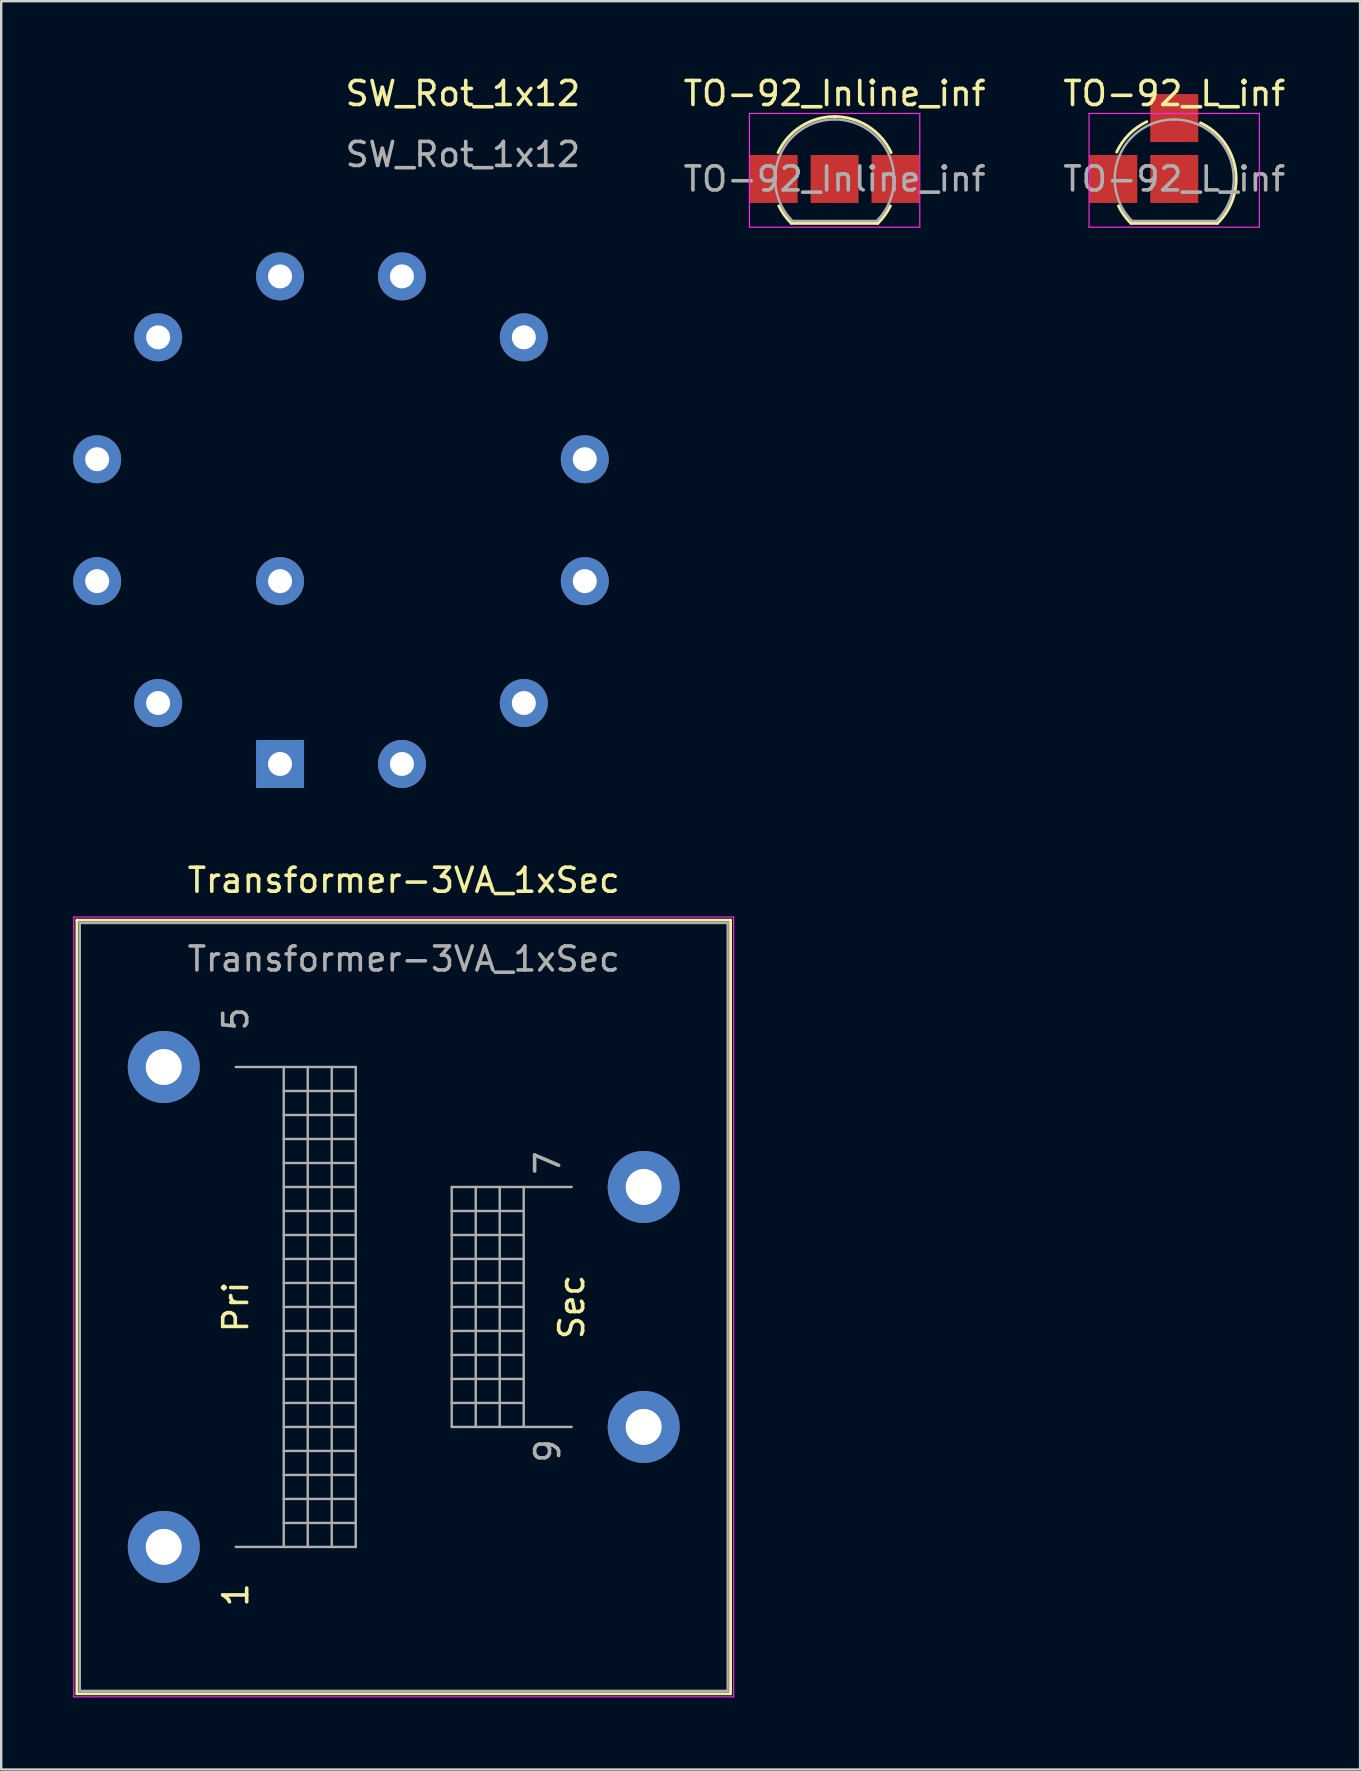
<source format=kicad_pcb>
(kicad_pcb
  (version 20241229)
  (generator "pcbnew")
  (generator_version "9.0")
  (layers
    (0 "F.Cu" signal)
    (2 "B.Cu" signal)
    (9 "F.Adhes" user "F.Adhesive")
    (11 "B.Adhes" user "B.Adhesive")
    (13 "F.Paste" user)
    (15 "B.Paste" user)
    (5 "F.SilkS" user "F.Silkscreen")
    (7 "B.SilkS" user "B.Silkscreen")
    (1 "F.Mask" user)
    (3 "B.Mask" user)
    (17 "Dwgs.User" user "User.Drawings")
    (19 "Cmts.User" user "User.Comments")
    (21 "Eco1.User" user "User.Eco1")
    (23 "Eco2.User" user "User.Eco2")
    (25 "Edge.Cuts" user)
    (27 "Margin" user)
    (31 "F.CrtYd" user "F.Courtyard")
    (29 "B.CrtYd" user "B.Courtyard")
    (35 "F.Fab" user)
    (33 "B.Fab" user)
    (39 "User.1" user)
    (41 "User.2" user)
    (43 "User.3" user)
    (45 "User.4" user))
  (footprint "SW_Rot_1x12"
    (layer "F.Cu")
    (at 11.16 18.628)
    (property "Reference" "SW_Rot_1x12" (at 5.08 -17.78 0) (unlocked yes) (layer "F.SilkS") (effects (font (size 1 1) (thickness 0.15))))
    (attr through_hole)
    (fp_text user "${REFERENCE}" (at 5.08 -15.24 0) (unlocked yes) (layer "F.Fab") (effects (font (size 1 1) (thickness 0.15))))
    (pad "1" thru_hole rect (at -2.54 10.16) (size 2 2) (drill 1) (layers "*.Cu" "*.Mask"))
    (pad "2" thru_hole circle (at -7.62 7.62) (size 2 2) (drill 1) (layers "*.Cu" "*.Mask"))
    (pad "3" thru_hole circle (at -10.16 2.54) (size 2 2) (drill 1) (layers "*.Cu" "*.Mask"))
    (pad "4" thru_hole circle (at -10.16 -2.54) (size 2 2) (drill 1) (layers "*.Cu" "*.Mask"))
    (pad "5" thru_hole circle (at -7.62 -7.62) (size 2 2) (drill 1) (layers "*.Cu" "*.Mask"))
    (pad "6" thru_hole circle (at -2.54 -10.16) (size 2 2) (drill 1) (layers "*.Cu" "*.Mask"))
    (pad "7" thru_hole circle (at 2.54 -10.16) (size 2 2) (drill 1) (layers "*.Cu" "*.Mask"))
    (pad "8" thru_hole circle (at 7.62 -7.62) (size 2 2) (drill 1) (layers "*.Cu" "*.Mask"))
    (pad "9" thru_hole circle (at 10.16 -2.54) (size 2 2) (drill 1) (layers "*.Cu" "*.Mask"))
    (pad "10" thru_hole circle (at 10.16 2.54) (size 2 2) (drill 1) (layers "*.Cu" "*.Mask"))
    (pad "11" thru_hole circle (at 7.62 7.62) (size 2 2) (drill 1) (layers "*.Cu" "*.Mask"))
    (pad "12" thru_hole circle (at 2.54 10.16) (size 2 2) (drill 1) (layers "*.Cu" "*.Mask"))
    (pad "13" thru_hole circle (at -2.54 2.54) (size 2 2) (drill 1) (layers "*.Cu" "*.Mask")))
  (footprint "TO-92_Inline_inf"
    (layer "F.Cu")
    (at 29.191 4.408)
    (property "Reference" "TO-92_Inline_inf" (at 2.54 -3.56 0) (layer "F.SilkS") (effects (font (size 1 1) (thickness 0.15))))
    (attr through_hole)
    (fp_line (start 0.74 1.85) (end 4.34 1.85) (stroke (width 0.12) (type solid)) (layer "F.SilkS"))
    (fp_arc (start 0.1836 -1.098807) (mid 1.143021 -2.192817) (end 2.54 -2.6) (stroke (width 0.12) (type solid)) (layer "F.SilkS"))
    (fp_arc (start 0.74 1.85) (mid 0.446097 1.509328) (end 0.215816 1.122795) (stroke (width 0.12) (type solid)) (layer "F.SilkS"))
    (fp_arc (start 2.54 -2.6) (mid 3.936979 -2.192818) (end 4.8964 -1.098807) (stroke (width 0.12) (type solid)) (layer "F.SilkS"))
    (fp_arc (start 4.864184 1.122795) (mid 4.633903 1.509328) (end 4.34 1.85) (stroke (width 0.12) (type solid)) (layer "F.SilkS"))
    (fp_line (start -1.01 -2.73) (end -1.01 2.01) (stroke (width 0.05) (type solid)) (layer "F.CrtYd"))
    (fp_line (start -1.01 -2.73) (end 6.09 -2.73) (stroke (width 0.05) (type solid)) (layer "F.CrtYd"))
    (fp_line (start 6.09 2.01) (end -1.01 2.01) (stroke (width 0.05) (type solid)) (layer "F.CrtYd"))
    (fp_line (start 6.09 2.01) (end 6.09 -2.73) (stroke (width 0.05) (type solid)) (layer "F.CrtYd"))
    (fp_line (start 0.8 1.75) (end 4.3 1.75) (stroke (width 0.1) (type solid)) (layer "F.Fab"))
    (fp_arc (start 0.786375 1.753625) (mid 0.248779 -0.949055) (end 2.54 -2.48) (stroke (width 0.1) (type solid)) (layer "F.Fab"))
    (fp_arc (start 2.54 -2.48) (mid 4.831221 -0.949055) (end 4.293625 1.753625) (stroke (width 0.1) (type solid)) (layer "F.Fab"))
    (fp_text user "${REFERENCE}" (at 2.54 0 0) (layer "F.Fab") (effects (font (size 1 1) (thickness 0.15))))
    (pad "1" smd rect (at 0 0) (size 2 2) (layers "F.Cu" "F.Mask" "F.Paste"))
    (pad "2" smd rect (at 2.54 0) (size 2 2) (layers "F.Cu" "F.Mask" "F.Paste"))
    (pad "3" smd rect (at 5.08 0) (size 2 2) (layers "F.Cu" "F.Mask" "F.Paste")))
  (footprint "TO-92_L_inf"
    (layer "F.Cu")
    (at 43.345 4.408)
    (property "Reference" "TO-92_L_inf" (at 2.54 -3.56 0) (layer "F.SilkS") (effects (font (size 1 1) (thickness 0.15))))
    (attr through_hole)
    (fp_line (start 0.74 1.85) (end 4.34 1.85) (stroke (width 0.12) (type solid)) (layer "F.SilkS"))
    (fp_arc (start 0.140922 -1.118707) (mid 0.65875 -1.862251) (end 1.397 -2.3876) (stroke (width 0.12) (type solid)) (layer "F.SilkS"))
    (fp_arc (start 0.74 1.85) (mid 0.446097 1.509328) (end 0.215816 1.122795) (stroke (width 0.12) (type solid)) (layer "F.SilkS"))
    (fp_arc (start 3.632936 -2.338374) (mid 5.08517 -0.429665) (end 4.34 1.85) (stroke (width 0.12) (type solid)) (layer "F.SilkS"))
    (fp_line (start -1.01 -2.73) (end -1.01 2.01) (stroke (width 0.05) (type solid)) (layer "F.CrtYd"))
    (fp_line (start -1.01 -2.73) (end 6.09 -2.73) (stroke (width 0.05) (type solid)) (layer "F.CrtYd"))
    (fp_line (start 6.09 2.01) (end -1.01 2.01) (stroke (width 0.05) (type solid)) (layer "F.CrtYd"))
    (fp_line (start 6.09 2.01) (end 6.09 -2.73) (stroke (width 0.05) (type solid)) (layer "F.CrtYd"))
    (fp_line (start 0.8 1.75) (end 4.3 1.75) (stroke (width 0.1) (type solid)) (layer "F.Fab"))
    (fp_arc (start 0.786375 1.753625) (mid 0.248779 -0.949055) (end 2.54 -2.48) (stroke (width 0.1) (type solid)) (layer "F.Fab"))
    (fp_arc (start 2.54 -2.48) (mid 4.831221 -0.949055) (end 4.293625 1.753625) (stroke (width 0.1) (type solid)) (layer "F.Fab"))
    (fp_text user "${REFERENCE}" (at 2.54 0 0) (layer "F.Fab") (effects (font (size 1 1) (thickness 0.15))))
    (pad "1" smd rect (at 0 0) (size 2 2) (layers "F.Cu" "F.Mask" "F.Paste"))
    (pad "2" smd rect (at 2.54 0) (size 2 2) (layers "F.Cu" "F.Mask" "F.Paste"))
    (pad "3" smd rect (at 2.54 -2.54) (size 2 2) (layers "F.Cu" "F.Mask" "F.Paste")))
  (footprint "Transformer-3VA_1xSec"
    (layer "F.Cu")
    (at 3.775 61.416)
    (property "Reference" "Transformer-3VA_1xSec" (at 10 -27.78 0) (layer "F.SilkS") (effects (font (size 1 1) (thickness 0.15))))
    (attr through_hole)
    (fp_line (start -3.62 -26.12) (end -3.62 6.12) (stroke (width 0.12) (type solid)) (layer "F.SilkS"))
    (fp_line (start -3.62 -26.12) (end 23.62 -26.12) (stroke (width 0.12) (type solid)) (layer "F.SilkS"))
    (fp_line (start 23.62 6.12) (end -3.62 6.12) (stroke (width 0.12) (type solid)) (layer "F.SilkS"))
    (fp_line (start 23.62 6.12) (end 23.62 -26.12) (stroke (width 0.12) (type solid)) (layer "F.SilkS"))
    (fp_line (start -3.75 -26.25) (end -3.75 6.25) (stroke (width 0.05) (type solid)) (layer "F.CrtYd"))
    (fp_line (start -3.75 -26.25) (end 23.75 -26.25) (stroke (width 0.05) (type solid)) (layer "F.CrtYd"))
    (fp_line (start 23.75 6.25) (end -3.75 6.25) (stroke (width 0.05) (type solid)) (layer "F.CrtYd"))
    (fp_line (start 23.75 6.25) (end 23.75 -26.25) (stroke (width 0.05) (type solid)) (layer "F.CrtYd"))
    (fp_line (start -3.5 -26) (end -3.5 6) (stroke (width 0.1) (type solid)) (layer "F.Fab"))
    (fp_line (start -3.5 6) (end 23.5 6) (stroke (width 0.1) (type solid)) (layer "F.Fab"))
    (fp_line (start 3 -20) (end 5 -20) (stroke (width 0.1) (type solid)) (layer "F.Fab"))
    (fp_line (start 5 -20) (end 5 0) (stroke (width 0.1) (type solid)) (layer "F.Fab"))
    (fp_line (start 5 -20) (end 6 -20) (stroke (width 0.1) (type solid)) (layer "F.Fab"))
    (fp_line (start 5 -19) (end 8 -19) (stroke (width 0.1) (type solid)) (layer "F.Fab"))
    (fp_line (start 5 -17) (end 8 -17) (stroke (width 0.1) (type solid)) (layer "F.Fab"))
    (fp_line (start 5 -15) (end 8 -15) (stroke (width 0.1) (type solid)) (layer "F.Fab"))
    (fp_line (start 5 -13) (end 8 -13) (stroke (width 0.1) (type solid)) (layer "F.Fab"))
    (fp_line (start 5 -11) (end 8 -11) (stroke (width 0.1) (type solid)) (layer "F.Fab"))
    (fp_line (start 5 -9) (end 8 -9) (stroke (width 0.1) (type solid)) (layer "F.Fab"))
    (fp_line (start 5 -7) (end 8 -7) (stroke (width 0.1) (type solid)) (layer "F.Fab"))
    (fp_line (start 5 -5) (end 8 -5) (stroke (width 0.1) (type solid)) (layer "F.Fab"))
    (fp_line (start 5 -3) (end 8 -3) (stroke (width 0.1) (type solid)) (layer "F.Fab"))
    (fp_line (start 5 -1) (end 8 -1) (stroke (width 0.1) (type solid)) (layer "F.Fab"))
    (fp_line (start 5 0) (end 3 0) (stroke (width 0.1) (type solid)) (layer "F.Fab"))
    (fp_line (start 6 -20) (end 6 0) (stroke (width 0.1) (type solid)) (layer "F.Fab"))
    (fp_line (start 6 -20) (end 7 -20) (stroke (width 0.1) (type solid)) (layer "F.Fab"))
    (fp_line (start 6 0) (end 5 0) (stroke (width 0.1) (type solid)) (layer "F.Fab"))
    (fp_line (start 7 -20) (end 7 0) (stroke (width 0.1) (type solid)) (layer "F.Fab"))
    (fp_line (start 7 -20) (end 8 -20) (stroke (width 0.1) (type solid)) (layer "F.Fab"))
    (fp_line (start 7 0) (end 6 0) (stroke (width 0.1) (type solid)) (layer "F.Fab"))
    (fp_line (start 8 -20) (end 8 0) (stroke (width 0.1) (type solid)) (layer "F.Fab"))
    (fp_line (start 8 -18) (end 5 -18) (stroke (width 0.1) (type solid)) (layer "F.Fab"))
    (fp_line (start 8 -16) (end 5 -16) (stroke (width 0.1) (type solid)) (layer "F.Fab"))
    (fp_line (start 8 -14) (end 5 -14) (stroke (width 0.1) (type solid)) (layer "F.Fab"))
    (fp_line (start 8 -12) (end 5 -12) (stroke (width 0.1) (type solid)) (layer "F.Fab"))
    (fp_line (start 8 -10) (end 5 -10) (stroke (width 0.1) (type solid)) (layer "F.Fab"))
    (fp_line (start 8 -8) (end 5 -8) (stroke (width 0.1) (type solid)) (layer "F.Fab"))
    (fp_line (start 8 -6) (end 5 -6) (stroke (width 0.1) (type solid)) (layer "F.Fab"))
    (fp_line (start 8 -4) (end 5 -4) (stroke (width 0.1) (type solid)) (layer "F.Fab"))
    (fp_line (start 8 -2) (end 5 -2) (stroke (width 0.1) (type solid)) (layer "F.Fab"))
    (fp_line (start 8 0) (end 7 0) (stroke (width 0.1) (type solid)) (layer "F.Fab"))
    (fp_line (start 12 -15) (end 12 -5) (stroke (width 0.1) (type solid)) (layer "F.Fab"))
    (fp_line (start 12 -14) (end 15 -14) (stroke (width 0.1) (type solid)) (layer "F.Fab"))
    (fp_line (start 12 -12) (end 15 -12) (stroke (width 0.1) (type solid)) (layer "F.Fab"))
    (fp_line (start 12 -10) (end 15 -10) (stroke (width 0.1) (type solid)) (layer "F.Fab"))
    (fp_line (start 12 -8) (end 15 -8) (stroke (width 0.1) (type solid)) (layer "F.Fab"))
    (fp_line (start 12 -6) (end 15 -6) (stroke (width 0.1) (type solid)) (layer "F.Fab"))
    (fp_line (start 12 -5) (end 13 -5) (stroke (width 0.1) (type solid)) (layer "F.Fab"))
    (fp_line (start 13 -15) (end 12 -15) (stroke (width 0.1) (type solid)) (layer "F.Fab"))
    (fp_line (start 13 -15) (end 13 -5) (stroke (width 0.1) (type solid)) (layer "F.Fab"))
    (fp_line (start 13 -5) (end 14 -5) (stroke (width 0.1) (type solid)) (layer "F.Fab"))
    (fp_line (start 14 -15) (end 13 -15) (stroke (width 0.1) (type solid)) (layer "F.Fab"))
    (fp_line (start 14 -15) (end 14 -5) (stroke (width 0.1) (type solid)) (layer "F.Fab"))
    (fp_line (start 14 -5) (end 15 -5) (stroke (width 0.1) (type solid)) (layer "F.Fab"))
    (fp_line (start 15 -15) (end 14 -15) (stroke (width 0.1) (type solid)) (layer "F.Fab"))
    (fp_line (start 15 -15) (end 15 -5) (stroke (width 0.1) (type solid)) (layer "F.Fab"))
    (fp_line (start 15 -13) (end 12 -13) (stroke (width 0.1) (type solid)) (layer "F.Fab"))
    (fp_line (start 15 -11) (end 12 -11) (stroke (width 0.1) (type solid)) (layer "F.Fab"))
    (fp_line (start 15 -9) (end 12 -9) (stroke (width 0.1) (type solid)) (layer "F.Fab"))
    (fp_line (start 15 -7) (end 12 -7) (stroke (width 0.1) (type solid)) (layer "F.Fab"))
    (fp_line (start 15 -5) (end 17 -5) (stroke (width 0.1) (type solid)) (layer "F.Fab"))
    (fp_line (start 17 -15) (end 15 -15) (stroke (width 0.1) (type solid)) (layer "F.Fab"))
    (fp_line (start 23.5 -26) (end -3.5 -26) (stroke (width 0.1) (type solid)) (layer "F.Fab"))
    (fp_line (start 23.5 6) (end 23.5 -26) (stroke (width 0.1) (type solid)) (layer "F.Fab"))
    (fp_text user "Pri" (at 3 -10 90) (layer "F.SilkS") (effects (font (size 1 1) (thickness 0.15))))
    (fp_text user "1" (at 3 2 90) (layer "F.SilkS") (effects (font (size 1 1) (thickness 0.15))))
    (fp_text user "Sec" (at 17 -10 90) (layer "F.SilkS") (effects (font (size 1 1) (thickness 0.15))))
    (fp_text user "5" (at 3 -22 90) (layer "F.Fab") (effects (font (size 1 1) (thickness 0.15))))
    (fp_text user "${REFERENCE}" (at 10 -24.5 0) (layer "F.Fab") (effects (font (size 1 1) (thickness 0.15))))
    (fp_text user "7" (at 16 -16 90) (layer "F.Fab") (effects (font (size 1 1) (thickness 0.15))))
    (fp_text user "9" (at 16 -4 90) (layer "F.Fab") (effects (font (size 1 1) (thickness 0.15))))
    (pad "1" thru_hole circle (at 0 0) (size 3 3) (drill 1.5) (layers "*.Cu" "*.Mask"))
    (pad "2" thru_hole circle (at 0 -20) (size 3 3) (drill 1.5) (layers "*.Cu" "*.Mask"))
    (pad "3" thru_hole circle (at 20 -15) (size 3 3) (drill 1.5) (layers "*.Cu" "*.Mask"))
    (pad "4" thru_hole circle (at 20 -5) (size 3 3) (drill 1.5) (layers "*.Cu" "*.Mask")))
  (gr_rect
    (start -3 -3)
    (end 53.63 70.692)
    (stroke (width 0.1) (type default))
    (fill no)
    (layer "Edge.Cuts")))
</source>
